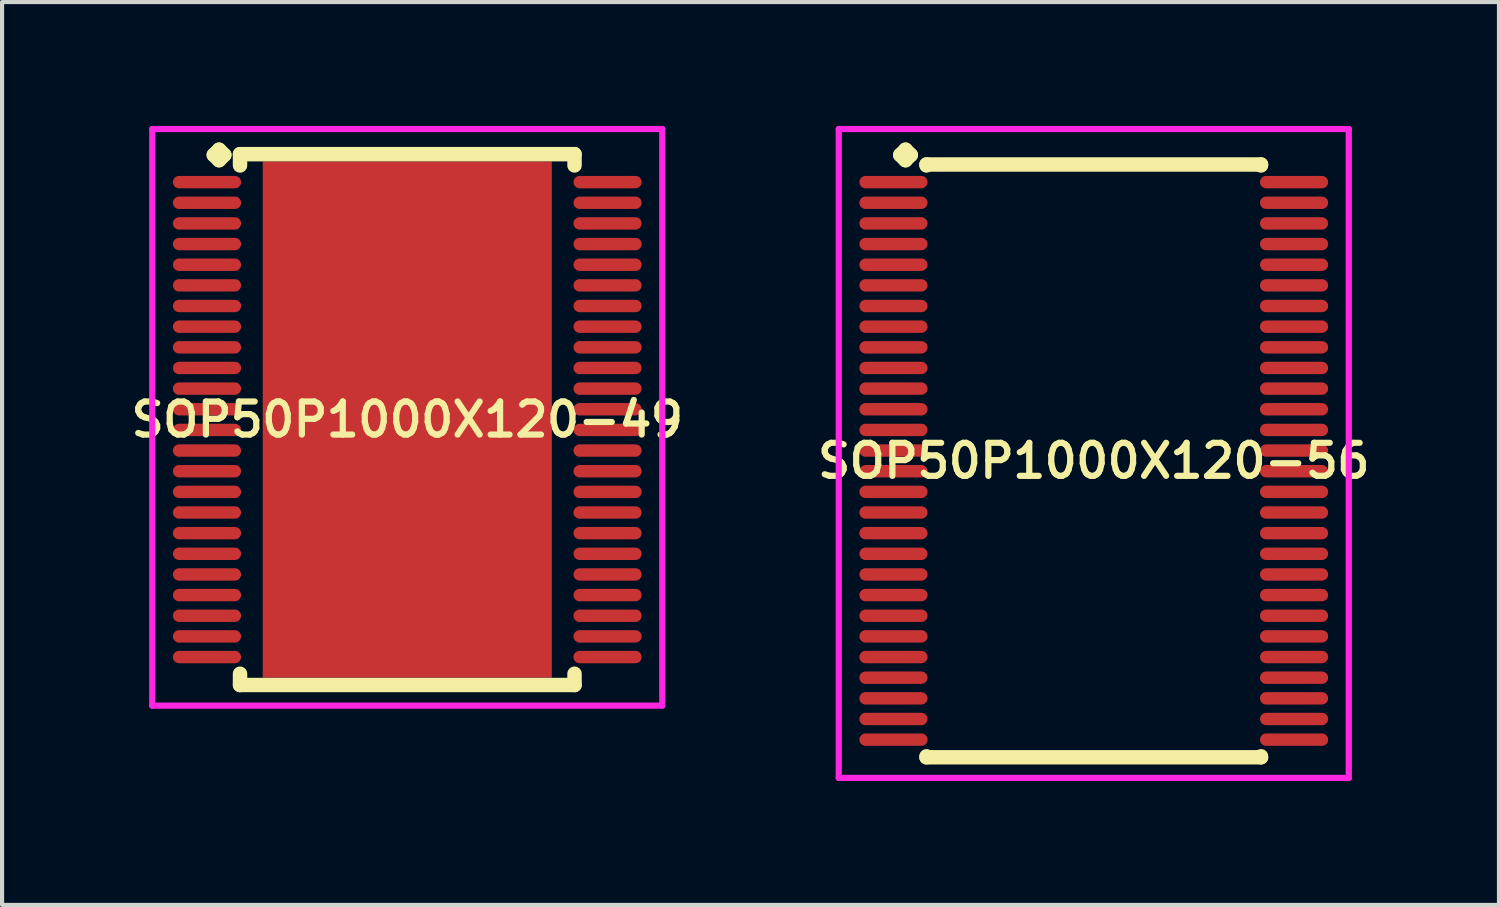
<source format=kicad_pcb>
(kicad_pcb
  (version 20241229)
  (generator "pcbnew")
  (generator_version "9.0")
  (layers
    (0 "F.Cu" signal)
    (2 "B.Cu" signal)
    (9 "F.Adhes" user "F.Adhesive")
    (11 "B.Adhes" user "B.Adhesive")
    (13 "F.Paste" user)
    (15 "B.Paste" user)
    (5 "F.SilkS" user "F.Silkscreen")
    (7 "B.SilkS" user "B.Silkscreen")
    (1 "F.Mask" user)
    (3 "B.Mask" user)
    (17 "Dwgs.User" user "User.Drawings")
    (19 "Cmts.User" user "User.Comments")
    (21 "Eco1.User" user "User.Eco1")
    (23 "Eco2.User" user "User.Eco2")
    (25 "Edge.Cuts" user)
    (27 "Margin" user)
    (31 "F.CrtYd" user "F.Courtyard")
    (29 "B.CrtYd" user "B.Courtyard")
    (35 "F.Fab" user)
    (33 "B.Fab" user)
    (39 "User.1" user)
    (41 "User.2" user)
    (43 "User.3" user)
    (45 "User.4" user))
  (footprint "SOP50P1000X120-49"
    (layer "F.Cu")
    (at 6.812 7.11)
    (property "Reference" "SOP50P1000X120-49" (at 0 0 0) (layer "F.SilkS") (effects (font (size 0.8 0.8) (thickness 0.15))))
    (attr smd)
    (fp_line (start -4.685 -6.408) (end -4.558 -6.535) (stroke (width 0.35) (type solid)) (layer "F.SilkS"))
    (fp_line (start -4.558 -6.535) (end -4.431 -6.408) (stroke (width 0.35) (type solid)) (layer "F.SilkS"))
    (fp_line (start -4.558 -6.281) (end -4.685 -6.408) (stroke (width 0.35) (type solid)) (layer "F.SilkS"))
    (fp_line (start -4.431 -6.408) (end -4.558 -6.281) (stroke (width 0.35) (type solid)) (layer "F.SilkS"))
    (fp_line (start -4.05 -6.427) (end 4.05 -6.427) (stroke (width 0.35) (type solid)) (layer "F.SilkS"))
    (fp_line (start -4.05 -6.154) (end -4.05 -6.427) (stroke (width 0.35) (type solid)) (layer "F.SilkS"))
    (fp_line (start -4.05 6.154) (end -4.05 6.427) (stroke (width 0.35) (type solid)) (layer "F.SilkS"))
    (fp_line (start -4.05 6.427) (end 4.05 6.427) (stroke (width 0.35) (type solid)) (layer "F.SilkS"))
    (fp_line (start 4.05 -6.427) (end 4.05 -6.154) (stroke (width 0.35) (type solid)) (layer "F.SilkS"))
    (fp_line (start 4.05 6.427) (end 4.05 6.154) (stroke (width 0.35) (type solid)) (layer "F.SilkS"))
    (fp_line (start -6.175 -7.035) (end 6.175 -7.035) (stroke (width 0.15) (type solid)) (layer "F.CrtYd"))
    (fp_line (start -6.175 6.927) (end -6.175 -7.035) (stroke (width 0.15) (type solid)) (layer "F.CrtYd"))
    (fp_line (start 6.175 -7.035) (end 6.175 6.927) (stroke (width 0.15) (type solid)) (layer "F.CrtYd"))
    (fp_line (start 6.175 6.927) (end -6.175 6.927) (stroke (width 0.15) (type solid)) (layer "F.CrtYd"))
    (pad "1" smd oval (at -4.85 -5.75) (size 1.65 0.3) (layers "F.Cu" "F.Mask" "F.Paste"))
    (pad "2" smd oval (at -4.85 -5.25) (size 1.65 0.3) (layers "F.Cu" "F.Mask" "F.Paste"))
    (pad "3" smd oval (at -4.85 -4.75) (size 1.65 0.3) (layers "F.Cu" "F.Mask" "F.Paste"))
    (pad "4" smd oval (at -4.85 -4.25) (size 1.65 0.3) (layers "F.Cu" "F.Mask" "F.Paste"))
    (pad "5" smd oval (at -4.85 -3.75) (size 1.65 0.3) (layers "F.Cu" "F.Mask" "F.Paste"))
    (pad "6" smd oval (at -4.85 -3.25) (size 1.65 0.3) (layers "F.Cu" "F.Mask" "F.Paste"))
    (pad "7" smd oval (at -4.85 -2.75) (size 1.65 0.3) (layers "F.Cu" "F.Mask" "F.Paste"))
    (pad "8" smd oval (at -4.85 -2.25) (size 1.65 0.3) (layers "F.Cu" "F.Mask" "F.Paste"))
    (pad "9" smd oval (at -4.85 -1.75) (size 1.65 0.3) (layers "F.Cu" "F.Mask" "F.Paste"))
    (pad "10" smd oval (at -4.85 -1.25) (size 1.65 0.3) (layers "F.Cu" "F.Mask" "F.Paste"))
    (pad "11" smd oval (at -4.85 -0.75) (size 1.65 0.3) (layers "F.Cu" "F.Mask" "F.Paste"))
    (pad "12" smd oval (at -4.85 -0.25) (size 1.65 0.3) (layers "F.Cu" "F.Mask" "F.Paste"))
    (pad "13" smd oval (at -4.85 0.25) (size 1.65 0.3) (layers "F.Cu" "F.Mask" "F.Paste"))
    (pad "14" smd oval (at -4.85 0.75) (size 1.65 0.3) (layers "F.Cu" "F.Mask" "F.Paste"))
    (pad "15" smd oval (at -4.85 1.25) (size 1.65 0.3) (layers "F.Cu" "F.Mask" "F.Paste"))
    (pad "16" smd oval (at -4.85 1.75) (size 1.65 0.3) (layers "F.Cu" "F.Mask" "F.Paste"))
    (pad "17" smd oval (at -4.85 2.25) (size 1.65 0.3) (layers "F.Cu" "F.Mask" "F.Paste"))
    (pad "18" smd oval (at -4.85 2.75) (size 1.65 0.3) (layers "F.Cu" "F.Mask" "F.Paste"))
    (pad "19" smd oval (at -4.85 3.25) (size 1.65 0.3) (layers "F.Cu" "F.Mask" "F.Paste"))
    (pad "20" smd oval (at -4.85 3.75) (size 1.65 0.3) (layers "F.Cu" "F.Mask" "F.Paste"))
    (pad "21" smd oval (at -4.85 4.25) (size 1.65 0.3) (layers "F.Cu" "F.Mask" "F.Paste"))
    (pad "22" smd oval (at -4.85 4.75) (size 1.65 0.3) (layers "F.Cu" "F.Mask" "F.Paste"))
    (pad "23" smd oval (at -4.85 5.25) (size 1.65 0.3) (layers "F.Cu" "F.Mask" "F.Paste"))
    (pad "24" smd oval (at -4.85 5.75) (size 1.65 0.3) (layers "F.Cu" "F.Mask" "F.Paste"))
    (pad "25" smd oval (at 4.85 5.75) (size 1.65 0.3) (layers "F.Cu" "F.Mask" "F.Paste"))
    (pad "26" smd oval (at 4.85 5.25) (size 1.65 0.3) (layers "F.Cu" "F.Mask" "F.Paste"))
    (pad "27" smd oval (at 4.85 4.75) (size 1.65 0.3) (layers "F.Cu" "F.Mask" "F.Paste"))
    (pad "28" smd oval (at 4.85 4.25) (size 1.65 0.3) (layers "F.Cu" "F.Mask" "F.Paste"))
    (pad "29" smd oval (at 4.85 3.75) (size 1.65 0.3) (layers "F.Cu" "F.Mask" "F.Paste"))
    (pad "30" smd oval (at 4.85 3.25) (size 1.65 0.3) (layers "F.Cu" "F.Mask" "F.Paste"))
    (pad "31" smd oval (at 4.85 2.75) (size 1.65 0.3) (layers "F.Cu" "F.Mask" "F.Paste"))
    (pad "32" smd oval (at 4.85 2.25) (size 1.65 0.3) (layers "F.Cu" "F.Mask" "F.Paste"))
    (pad "33" smd oval (at 4.85 1.75) (size 1.65 0.3) (layers "F.Cu" "F.Mask" "F.Paste"))
    (pad "34" smd oval (at 4.85 1.25) (size 1.65 0.3) (layers "F.Cu" "F.Mask" "F.Paste"))
    (pad "35" smd oval (at 4.85 0.75) (size 1.65 0.3) (layers "F.Cu" "F.Mask" "F.Paste"))
    (pad "36" smd oval (at 4.85 0.25) (size 1.65 0.3) (layers "F.Cu" "F.Mask" "F.Paste"))
    (pad "37" smd oval (at 4.85 -0.25) (size 1.65 0.3) (layers "F.Cu" "F.Mask" "F.Paste"))
    (pad "38" smd oval (at 4.85 -0.75) (size 1.65 0.3) (layers "F.Cu" "F.Mask" "F.Paste"))
    (pad "39" smd oval (at 4.85 -1.25) (size 1.65 0.3) (layers "F.Cu" "F.Mask" "F.Paste"))
    (pad "40" smd oval (at 4.85 -1.75) (size 1.65 0.3) (layers "F.Cu" "F.Mask" "F.Paste"))
    (pad "41" smd oval (at 4.85 -2.25) (size 1.65 0.3) (layers "F.Cu" "F.Mask" "F.Paste"))
    (pad "42" smd oval (at 4.85 -2.75) (size 1.65 0.3) (layers "F.Cu" "F.Mask" "F.Paste"))
    (pad "43" smd oval (at 4.85 -3.25) (size 1.65 0.3) (layers "F.Cu" "F.Mask" "F.Paste"))
    (pad "44" smd oval (at 4.85 -3.75) (size 1.65 0.3) (layers "F.Cu" "F.Mask" "F.Paste"))
    (pad "45" smd oval (at 4.85 -4.25) (size 1.65 0.3) (layers "F.Cu" "F.Mask" "F.Paste"))
    (pad "46" smd oval (at 4.85 -4.75) (size 1.65 0.3) (layers "F.Cu" "F.Mask" "F.Paste"))
    (pad "47" smd oval (at 4.85 -5.25) (size 1.65 0.3) (layers "F.Cu" "F.Mask" "F.Paste"))
    (pad "48" smd oval (at 4.85 -5.75) (size 1.65 0.3) (layers "F.Cu" "F.Mask" "F.Paste"))
    (pad "49" smd rect (at 0 0) (size 7 12.5) (layers "F.Cu" "F.Mask" "F.Paste")))
  (footprint "SOP50P1000X120-56"
    (layer "F.Cu")
    (at 23.435 8.11)
    (property "Reference" "SOP50P1000X120-56" (at 0 0 0) (layer "F.SilkS") (effects (font (size 0.8 0.8) (thickness 0.15))))
    (attr smd)
    (fp_line (start -4.685 -7.408) (end -4.558 -7.535) (stroke (width 0.35) (type solid)) (layer "F.SilkS"))
    (fp_line (start -4.558 -7.535) (end -4.431 -7.408) (stroke (width 0.35) (type solid)) (layer "F.SilkS"))
    (fp_line (start -4.558 -7.281) (end -4.685 -7.408) (stroke (width 0.35) (type solid)) (layer "F.SilkS"))
    (fp_line (start -4.431 -7.408) (end -4.558 -7.281) (stroke (width 0.35) (type solid)) (layer "F.SilkS"))
    (fp_line (start -4.05 -7.177) (end 4.05 -7.177) (stroke (width 0.35) (type solid)) (layer "F.SilkS"))
    (fp_line (start -4.05 -7.154) (end -4.05 -7.177) (stroke (width 0.35) (type solid)) (layer "F.SilkS"))
    (fp_line (start -4.05 7.154) (end -4.05 7.177) (stroke (width 0.35) (type solid)) (layer "F.SilkS"))
    (fp_line (start -4.05 7.177) (end 4.05 7.177) (stroke (width 0.35) (type solid)) (layer "F.SilkS"))
    (fp_line (start 4.05 -7.177) (end 4.05 -7.154) (stroke (width 0.35) (type solid)) (layer "F.SilkS"))
    (fp_line (start 4.05 7.177) (end 4.05 7.154) (stroke (width 0.35) (type solid)) (layer "F.SilkS"))
    (fp_line (start -6.175 -8.035) (end 6.175 -8.035) (stroke (width 0.15) (type solid)) (layer "F.CrtYd"))
    (fp_line (start -6.175 7.677) (end -6.175 -8.035) (stroke (width 0.15) (type solid)) (layer "F.CrtYd"))
    (fp_line (start 6.175 -8.035) (end 6.175 7.677) (stroke (width 0.15) (type solid)) (layer "F.CrtYd"))
    (fp_line (start 6.175 7.677) (end -6.175 7.677) (stroke (width 0.15) (type solid)) (layer "F.CrtYd"))
    (pad "1" smd oval (at -4.85 -6.75) (size 1.65 0.3) (layers "F.Cu" "F.Mask" "F.Paste"))
    (pad "2" smd oval (at -4.85 -6.25) (size 1.65 0.3) (layers "F.Cu" "F.Mask" "F.Paste"))
    (pad "3" smd oval (at -4.85 -5.75) (size 1.65 0.3) (layers "F.Cu" "F.Mask" "F.Paste"))
    (pad "4" smd oval (at -4.85 -5.25) (size 1.65 0.3) (layers "F.Cu" "F.Mask" "F.Paste"))
    (pad "5" smd oval (at -4.85 -4.75) (size 1.65 0.3) (layers "F.Cu" "F.Mask" "F.Paste"))
    (pad "6" smd oval (at -4.85 -4.25) (size 1.65 0.3) (layers "F.Cu" "F.Mask" "F.Paste"))
    (pad "7" smd oval (at -4.85 -3.75) (size 1.65 0.3) (layers "F.Cu" "F.Mask" "F.Paste"))
    (pad "8" smd oval (at -4.85 -3.25) (size 1.65 0.3) (layers "F.Cu" "F.Mask" "F.Paste"))
    (pad "9" smd oval (at -4.85 -2.75) (size 1.65 0.3) (layers "F.Cu" "F.Mask" "F.Paste"))
    (pad "10" smd oval (at -4.85 -2.25) (size 1.65 0.3) (layers "F.Cu" "F.Mask" "F.Paste"))
    (pad "11" smd oval (at -4.85 -1.75) (size 1.65 0.3) (layers "F.Cu" "F.Mask" "F.Paste"))
    (pad "12" smd oval (at -4.85 -1.25) (size 1.65 0.3) (layers "F.Cu" "F.Mask" "F.Paste"))
    (pad "13" smd oval (at -4.85 -0.75) (size 1.65 0.3) (layers "F.Cu" "F.Mask" "F.Paste"))
    (pad "14" smd oval (at -4.85 -0.25) (size 1.65 0.3) (layers "F.Cu" "F.Mask" "F.Paste"))
    (pad "15" smd oval (at -4.85 0.25) (size 1.65 0.3) (layers "F.Cu" "F.Mask" "F.Paste"))
    (pad "16" smd oval (at -4.85 0.75) (size 1.65 0.3) (layers "F.Cu" "F.Mask" "F.Paste"))
    (pad "17" smd oval (at -4.85 1.25) (size 1.65 0.3) (layers "F.Cu" "F.Mask" "F.Paste"))
    (pad "18" smd oval (at -4.85 1.75) (size 1.65 0.3) (layers "F.Cu" "F.Mask" "F.Paste"))
    (pad "19" smd oval (at -4.85 2.25) (size 1.65 0.3) (layers "F.Cu" "F.Mask" "F.Paste"))
    (pad "20" smd oval (at -4.85 2.75) (size 1.65 0.3) (layers "F.Cu" "F.Mask" "F.Paste"))
    (pad "21" smd oval (at -4.85 3.25) (size 1.65 0.3) (layers "F.Cu" "F.Mask" "F.Paste"))
    (pad "22" smd oval (at -4.85 3.75) (size 1.65 0.3) (layers "F.Cu" "F.Mask" "F.Paste"))
    (pad "23" smd oval (at -4.85 4.25) (size 1.65 0.3) (layers "F.Cu" "F.Mask" "F.Paste"))
    (pad "24" smd oval (at -4.85 4.75) (size 1.65 0.3) (layers "F.Cu" "F.Mask" "F.Paste"))
    (pad "25" smd oval (at -4.85 5.25) (size 1.65 0.3) (layers "F.Cu" "F.Mask" "F.Paste"))
    (pad "26" smd oval (at -4.85 5.75) (size 1.65 0.3) (layers "F.Cu" "F.Mask" "F.Paste"))
    (pad "27" smd oval (at -4.85 6.25) (size 1.65 0.3) (layers "F.Cu" "F.Mask" "F.Paste"))
    (pad "28" smd oval (at -4.85 6.75) (size 1.65 0.3) (layers "F.Cu" "F.Mask" "F.Paste"))
    (pad "29" smd oval (at 4.85 6.75) (size 1.65 0.3) (layers "F.Cu" "F.Mask" "F.Paste"))
    (pad "30" smd oval (at 4.85 6.25) (size 1.65 0.3) (layers "F.Cu" "F.Mask" "F.Paste"))
    (pad "31" smd oval (at 4.85 5.75) (size 1.65 0.3) (layers "F.Cu" "F.Mask" "F.Paste"))
    (pad "32" smd oval (at 4.85 5.25) (size 1.65 0.3) (layers "F.Cu" "F.Mask" "F.Paste"))
    (pad "33" smd oval (at 4.85 4.75) (size 1.65 0.3) (layers "F.Cu" "F.Mask" "F.Paste"))
    (pad "34" smd oval (at 4.85 4.25) (size 1.65 0.3) (layers "F.Cu" "F.Mask" "F.Paste"))
    (pad "35" smd oval (at 4.85 3.75) (size 1.65 0.3) (layers "F.Cu" "F.Mask" "F.Paste"))
    (pad "36" smd oval (at 4.85 3.25) (size 1.65 0.3) (layers "F.Cu" "F.Mask" "F.Paste"))
    (pad "37" smd oval (at 4.85 2.75) (size 1.65 0.3) (layers "F.Cu" "F.Mask" "F.Paste"))
    (pad "38" smd oval (at 4.85 2.25) (size 1.65 0.3) (layers "F.Cu" "F.Mask" "F.Paste"))
    (pad "39" smd oval (at 4.85 1.75) (size 1.65 0.3) (layers "F.Cu" "F.Mask" "F.Paste"))
    (pad "40" smd oval (at 4.85 1.25) (size 1.65 0.3) (layers "F.Cu" "F.Mask" "F.Paste"))
    (pad "41" smd oval (at 4.85 0.75) (size 1.65 0.3) (layers "F.Cu" "F.Mask" "F.Paste"))
    (pad "42" smd oval (at 4.85 0.25) (size 1.65 0.3) (layers "F.Cu" "F.Mask" "F.Paste"))
    (pad "43" smd oval (at 4.85 -0.25) (size 1.65 0.3) (layers "F.Cu" "F.Mask" "F.Paste"))
    (pad "44" smd oval (at 4.85 -0.75) (size 1.65 0.3) (layers "F.Cu" "F.Mask" "F.Paste"))
    (pad "45" smd oval (at 4.85 -1.25) (size 1.65 0.3) (layers "F.Cu" "F.Mask" "F.Paste"))
    (pad "46" smd oval (at 4.85 -1.75) (size 1.65 0.3) (layers "F.Cu" "F.Mask" "F.Paste"))
    (pad "47" smd oval (at 4.85 -2.25) (size 1.65 0.3) (layers "F.Cu" "F.Mask" "F.Paste"))
    (pad "48" smd oval (at 4.85 -2.75) (size 1.65 0.3) (layers "F.Cu" "F.Mask" "F.Paste"))
    (pad "49" smd oval (at 4.85 -3.25) (size 1.65 0.3) (layers "F.Cu" "F.Mask" "F.Paste"))
    (pad "50" smd oval (at 4.85 -3.75) (size 1.65 0.3) (layers "F.Cu" "F.Mask" "F.Paste"))
    (pad "51" smd oval (at 4.85 -4.25) (size 1.65 0.3) (layers "F.Cu" "F.Mask" "F.Paste"))
    (pad "52" smd oval (at 4.85 -4.75) (size 1.65 0.3) (layers "F.Cu" "F.Mask" "F.Paste"))
    (pad "53" smd oval (at 4.85 -5.25) (size 1.65 0.3) (layers "F.Cu" "F.Mask" "F.Paste"))
    (pad "54" smd oval (at 4.85 -5.75) (size 1.65 0.3) (layers "F.Cu" "F.Mask" "F.Paste"))
    (pad "55" smd oval (at 4.85 -6.25) (size 1.65 0.3) (layers "F.Cu" "F.Mask" "F.Paste"))
    (pad "56" smd oval (at 4.85 -6.75) (size 1.65 0.3) (layers "F.Cu" "F.Mask" "F.Paste")))
  (gr_rect
    (start -3 -3)
    (end 33.247 18.862)
    (stroke (width 0.1) (type default))
    (fill no)
    (layer "Edge.Cuts")))
</source>
